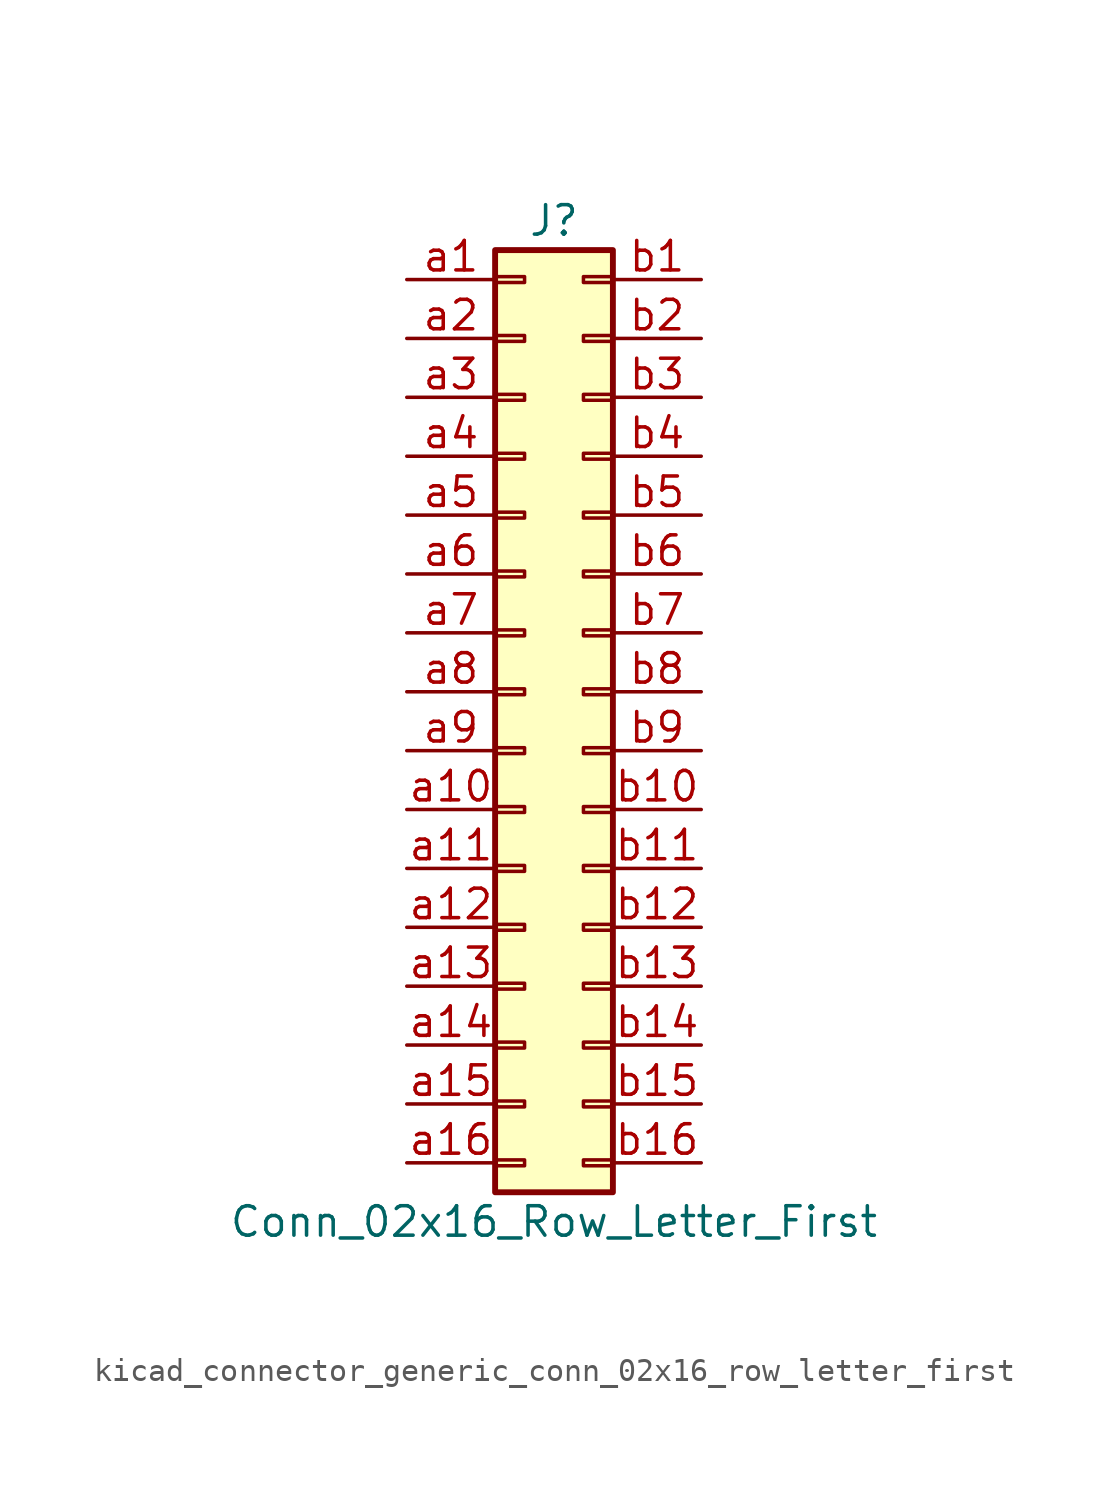
<source format=kicad_sym>
(kicad_symbol_lib
  (version 20220914)
  (generator kicad_symbol_editor)
  (symbol "kicad_connector_generic_conn_02x16_row_letter_first"
    (pin_names
      (offset 1.016) hide)
    (property "Reference" "J"
      (at 1.27 20.32 0)
      (effects (font (size 1.27 1.27))))
    (property "Value" "Conn_02x16_Row_Letter_First"
      (at 1.27 -22.86 0)
      (effects (font (size 1.27 1.27))))
    (symbol "kicad_connector_generic_conn_02x16_row_letter_first_1_1"
      (rectangle (start -1.27 -20.193) (end 0 -20.447) (stroke (width 0.152) (type default)) (fill (type none)))
      (rectangle (start -1.27 -17.653) (end 0 -17.907) (stroke (width 0.152) (type default)) (fill (type none)))
      (rectangle (start -1.27 -15.113) (end 0 -15.367) (stroke (width 0.152) (type default)) (fill (type none)))
      (rectangle (start -1.27 -12.573) (end 0 -12.827) (stroke (width 0.152) (type default)) (fill (type none)))
      (rectangle (start -1.27 -10.033) (end 0 -10.287) (stroke (width 0.152) (type default)) (fill (type none)))
      (rectangle (start -1.27 -7.493) (end 0 -7.747) (stroke (width 0.152) (type default)) (fill (type none)))
      (rectangle (start -1.27 -4.953) (end 0 -5.207) (stroke (width 0.152) (type default)) (fill (type none)))
      (rectangle (start -1.27 -2.413) (end 0 -2.667) (stroke (width 0.152) (type default)) (fill (type none)))
      (rectangle (start -1.27 0.127) (end 0 -0.127) (stroke (width 0.152) (type default)) (fill (type none)))
      (rectangle (start -1.27 2.667) (end 0 2.413) (stroke (width 0.152) (type default)) (fill (type none)))
      (rectangle (start -1.27 5.207) (end 0 4.953) (stroke (width 0.152) (type default)) (fill (type none)))
      (rectangle (start -1.27 7.747) (end 0 7.493) (stroke (width 0.152) (type default)) (fill (type none)))
      (rectangle (start -1.27 10.287) (end 0 10.033) (stroke (width 0.152) (type default)) (fill (type none)))
      (rectangle (start -1.27 12.827) (end 0 12.573) (stroke (width 0.152) (type default)) (fill (type none)))
      (rectangle (start -1.27 15.367) (end 0 15.113) (stroke (width 0.152) (type default)) (fill (type none)))
      (rectangle (start -1.27 17.907) (end 0 17.653) (stroke (width 0.152) (type default)) (fill (type none)))
      (rectangle (start -1.27 19.05) (end 3.81 -21.59) (stroke (width 0.254) (type default)) (fill (type background)))
      (rectangle (start 3.81 -20.193) (end 2.54 -20.447) (stroke (width 0.152) (type default)) (fill (type none)))
      (rectangle (start 3.81 -17.653) (end 2.54 -17.907) (stroke (width 0.152) (type default)) (fill (type none)))
      (rectangle (start 3.81 -15.113) (end 2.54 -15.367) (stroke (width 0.152) (type default)) (fill (type none)))
      (rectangle (start 3.81 -12.573) (end 2.54 -12.827) (stroke (width 0.152) (type default)) (fill (type none)))
      (rectangle (start 3.81 -10.033) (end 2.54 -10.287) (stroke (width 0.152) (type default)) (fill (type none)))
      (rectangle (start 3.81 -7.493) (end 2.54 -7.747) (stroke (width 0.152) (type default)) (fill (type none)))
      (rectangle (start 3.81 -4.953) (end 2.54 -5.207) (stroke (width 0.152) (type default)) (fill (type none)))
      (rectangle (start 3.81 -2.413) (end 2.54 -2.667) (stroke (width 0.152) (type default)) (fill (type none)))
      (rectangle (start 3.81 0.127) (end 2.54 -0.127) (stroke (width 0.152) (type default)) (fill (type none)))
      (rectangle (start 3.81 2.667) (end 2.54 2.413) (stroke (width 0.152) (type default)) (fill (type none)))
      (rectangle (start 3.81 5.207) (end 2.54 4.953) (stroke (width 0.152) (type default)) (fill (type none)))
      (rectangle (start 3.81 7.747) (end 2.54 7.493) (stroke (width 0.152) (type default)) (fill (type none)))
      (rectangle (start 3.81 10.287) (end 2.54 10.033) (stroke (width 0.152) (type default)) (fill (type none)))
      (rectangle (start 3.81 12.827) (end 2.54 12.573) (stroke (width 0.152) (type default)) (fill (type none)))
      (rectangle (start 3.81 15.367) (end 2.54 15.113) (stroke (width 0.152) (type default)) (fill (type none)))
      (rectangle (start 3.81 17.907) (end 2.54 17.653) (stroke (width 0.152) (type default)) (fill (type none)))
      (pin passive line (at -5.08 17.78 0) (length 3.81) (name "Pin_a1" (effects (font (size 1.27 1.27)))) (number "a1" (effects (font (size 1.27 1.27)))))
      (pin passive line (at -5.08 -5.08 0) (length 3.81) (name "Pin_a10" (effects (font (size 1.27 1.27)))) (number "a10" (effects (font (size 1.27 1.27)))))
      (pin passive line (at -5.08 -7.62 0) (length 3.81) (name "Pin_a11" (effects (font (size 1.27 1.27)))) (number "a11" (effects (font (size 1.27 1.27)))))
      (pin passive line (at -5.08 -10.16 0) (length 3.81) (name "Pin_a12" (effects (font (size 1.27 1.27)))) (number "a12" (effects (font (size 1.27 1.27)))))
      (pin passive line (at -5.08 -12.7 0) (length 3.81) (name "Pin_a13" (effects (font (size 1.27 1.27)))) (number "a13" (effects (font (size 1.27 1.27)))))
      (pin passive line (at -5.08 -15.24 0) (length 3.81) (name "Pin_a14" (effects (font (size 1.27 1.27)))) (number "a14" (effects (font (size 1.27 1.27)))))
      (pin passive line (at -5.08 -17.78 0) (length 3.81) (name "Pin_a15" (effects (font (size 1.27 1.27)))) (number "a15" (effects (font (size 1.27 1.27)))))
      (pin passive line (at -5.08 -20.32 0) (length 3.81) (name "Pin_a16" (effects (font (size 1.27 1.27)))) (number "a16" (effects (font (size 1.27 1.27)))))
      (pin passive line (at -5.08 15.24 0) (length 3.81) (name "Pin_a2" (effects (font (size 1.27 1.27)))) (number "a2" (effects (font (size 1.27 1.27)))))
      (pin passive line (at -5.08 12.7 0) (length 3.81) (name "Pin_a3" (effects (font (size 1.27 1.27)))) (number "a3" (effects (font (size 1.27 1.27)))))
      (pin passive line (at -5.08 10.16 0) (length 3.81) (name "Pin_a4" (effects (font (size 1.27 1.27)))) (number "a4" (effects (font (size 1.27 1.27)))))
      (pin passive line (at -5.08 7.62 0) (length 3.81) (name "Pin_a5" (effects (font (size 1.27 1.27)))) (number "a5" (effects (font (size 1.27 1.27)))))
      (pin passive line (at -5.08 5.08 0) (length 3.81) (name "Pin_a6" (effects (font (size 1.27 1.27)))) (number "a6" (effects (font (size 1.27 1.27)))))
      (pin passive line (at -5.08 2.54 0) (length 3.81) (name "Pin_a7" (effects (font (size 1.27 1.27)))) (number "a7" (effects (font (size 1.27 1.27)))))
      (pin passive line (at -5.08 0 0) (length 3.81) (name "Pin_a8" (effects (font (size 1.27 1.27)))) (number "a8" (effects (font (size 1.27 1.27)))))
      (pin passive line (at -5.08 -2.54 0) (length 3.81) (name "Pin_a9" (effects (font (size 1.27 1.27)))) (number "a9" (effects (font (size 1.27 1.27)))))
      (pin passive line (at 7.62 17.78 180) (length 3.81) (name "Pin_b1" (effects (font (size 1.27 1.27)))) (number "b1" (effects (font (size 1.27 1.27)))))
      (pin passive line (at 7.62 -5.08 180) (length 3.81) (name "Pin_b10" (effects (font (size 1.27 1.27)))) (number "b10" (effects (font (size 1.27 1.27)))))
      (pin passive line (at 7.62 -7.62 180) (length 3.81) (name "Pin_b11" (effects (font (size 1.27 1.27)))) (number "b11" (effects (font (size 1.27 1.27)))))
      (pin passive line (at 7.62 -10.16 180) (length 3.81) (name "Pin_b12" (effects (font (size 1.27 1.27)))) (number "b12" (effects (font (size 1.27 1.27)))))
      (pin passive line (at 7.62 -12.7 180) (length 3.81) (name "Pin_b13" (effects (font (size 1.27 1.27)))) (number "b13" (effects (font (size 1.27 1.27)))))
      (pin passive line (at 7.62 -15.24 180) (length 3.81) (name "Pin_b14" (effects (font (size 1.27 1.27)))) (number "b14" (effects (font (size 1.27 1.27)))))
      (pin passive line (at 7.62 -17.78 180) (length 3.81) (name "Pin_b15" (effects (font (size 1.27 1.27)))) (number "b15" (effects (font (size 1.27 1.27)))))
      (pin passive line (at 7.62 -20.32 180) (length 3.81) (name "Pin_b16" (effects (font (size 1.27 1.27)))) (number "b16" (effects (font (size 1.27 1.27)))))
      (pin passive line (at 7.62 15.24 180) (length 3.81) (name "Pin_b2" (effects (font (size 1.27 1.27)))) (number "b2" (effects (font (size 1.27 1.27)))))
      (pin passive line (at 7.62 12.7 180) (length 3.81) (name "Pin_b3" (effects (font (size 1.27 1.27)))) (number "b3" (effects (font (size 1.27 1.27)))))
      (pin passive line (at 7.62 10.16 180) (length 3.81) (name "Pin_b4" (effects (font (size 1.27 1.27)))) (number "b4" (effects (font (size 1.27 1.27)))))
      (pin passive line (at 7.62 7.62 180) (length 3.81) (name "Pin_b5" (effects (font (size 1.27 1.27)))) (number "b5" (effects (font (size 1.27 1.27)))))
      (pin passive line (at 7.62 5.08 180) (length 3.81) (name "Pin_b6" (effects (font (size 1.27 1.27)))) (number "b6" (effects (font (size 1.27 1.27)))))
      (pin passive line (at 7.62 2.54 180) (length 3.81) (name "Pin_b7" (effects (font (size 1.27 1.27)))) (number "b7" (effects (font (size 1.27 1.27)))))
      (pin passive line (at 7.62 0 180) (length 3.81) (name "Pin_b8" (effects (font (size 1.27 1.27)))) (number "b8" (effects (font (size 1.27 1.27)))))
      (pin passive line (at 7.62 -2.54 180) (length 3.81) (name "Pin_b9" (effects (font (size 1.27 1.27)))) (number "b9" (effects (font (size 1.27 1.27))))))))
</source>
